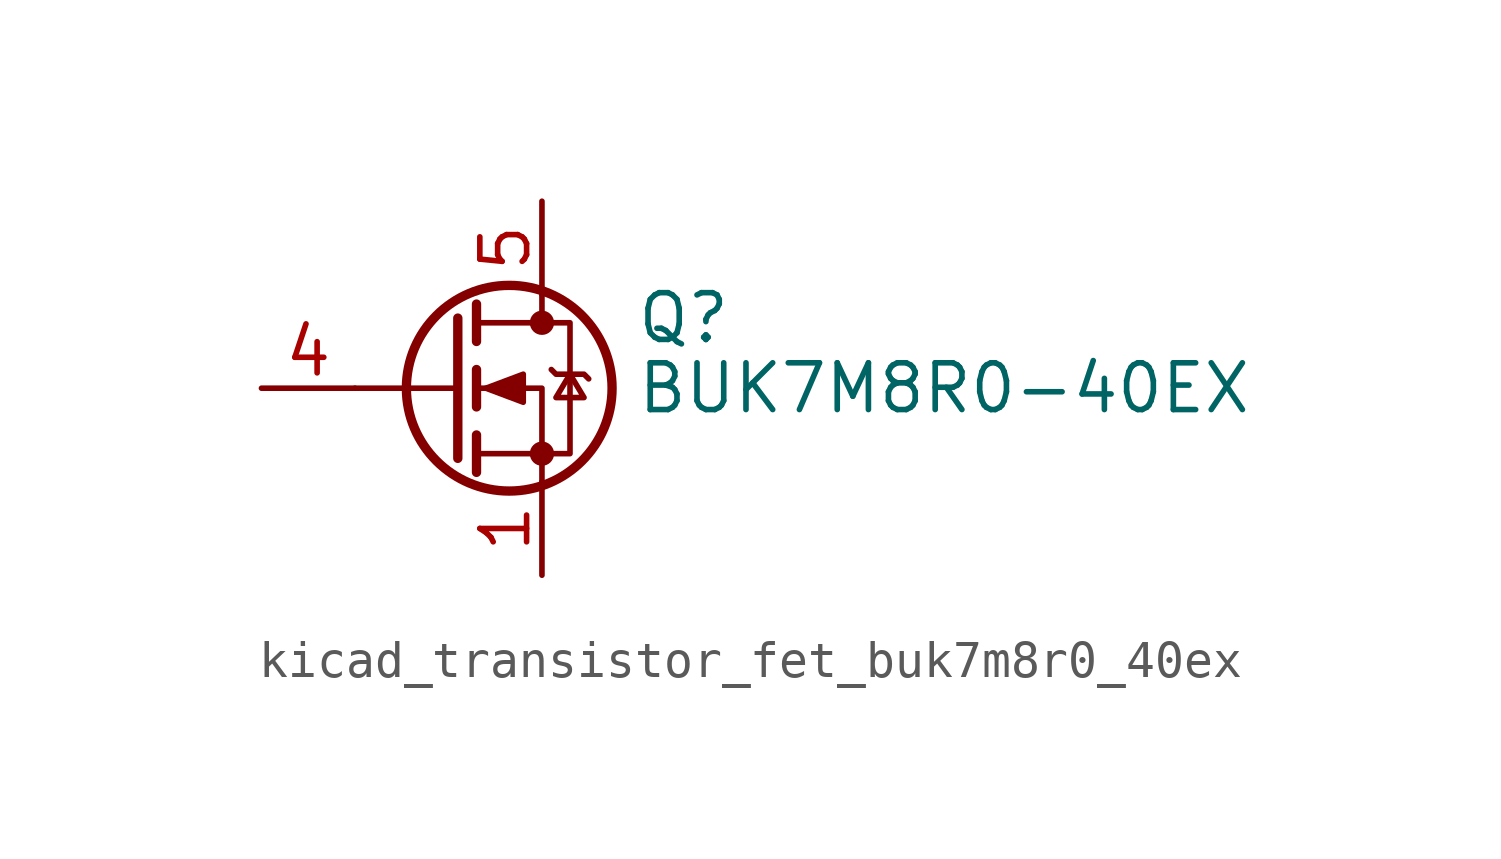
<source format=kicad_sym>
(kicad_symbol_lib
  (version 20220914)
  (generator kicad_symbol_editor)
  (symbol "kicad_transistor_fet_buk7m8r0_40ex"
    (pin_names hide)
    (property "Reference" "Q"
      (at 5.08 1.905 0)
      (effects (font (size 1.27 1.27)) (justify left)))
    (property "Value" "BUK7M8R0-40EX"
      (at 5.08 0 0)
      (effects (font (size 1.27 1.27)) (justify left)))
    (symbol "kicad_transistor_fet_buk7m8r0_40ex_0_1"
      (polyline (pts (xy 0.254 0) (xy -2.54 0)) (stroke (width 0) (type default)) (fill (type none)))
      (polyline (pts (xy 0.254 1.905) (xy 0.254 -1.905)) (stroke (width 0.254) (type default)) (fill (type none)))
      (polyline (pts (xy 0.762 -1.27) (xy 0.762 -2.286)) (stroke (width 0.254) (type default)) (fill (type none)))
      (polyline (pts (xy 0.762 0.508) (xy 0.762 -0.508)) (stroke (width 0.254) (type default)) (fill (type none)))
      (polyline (pts (xy 0.762 2.286) (xy 0.762 1.27)) (stroke (width 0.254) (type default)) (fill (type none)))
      (polyline (pts (xy 2.54 2.54) (xy 2.54 1.778)) (stroke (width 0) (type default)) (fill (type none)))
      (polyline (pts (xy 2.54 -2.54) (xy 2.54 0) (xy 0.762 0)) (stroke (width 0) (type default)) (fill (type none)))
      (polyline (pts (xy 0.762 -1.778) (xy 3.302 -1.778) (xy 3.302 1.778) (xy 0.762 1.778)) (stroke (width 0) (type default)) (fill (type none)))
      (polyline (pts (xy 1.016 0) (xy 2.032 0.381) (xy 2.032 -0.381) (xy 1.016 0)) (stroke (width 0) (type default)) (fill (type outline)))
      (polyline (pts (xy 2.794 0.508) (xy 2.921 0.381) (xy 3.683 0.381) (xy 3.81 0.254)) (stroke (width 0) (type default)) (fill (type none)))
      (polyline (pts (xy 3.302 0.381) (xy 2.921 -0.254) (xy 3.683 -0.254) (xy 3.302 0.381)) (stroke (width 0) (type default)) (fill (type none)))
      (circle (center 1.651 0) (radius 2.794) (stroke (width 0.254) (type default)) (fill (type none)))
      (circle (center 2.54 -1.778) (radius 0.254) (stroke (width 0) (type default)) (fill (type outline)))
      (circle (center 2.54 1.778) (radius 0.254) (stroke (width 0) (type default)) (fill (type outline))))
    (symbol "kicad_transistor_fet_buk7m8r0_40ex_1_1"
      (pin passive line (at 2.54 -5.08 90) (length 2.54) (name "S" (effects (font (size 1.27 1.27)))) (number "1" (effects (font (size 1.27 1.27)))))
      (pin passive line (at 2.54 -5.08 90) (length 2.54) hide (name "S" (effects (font (size 1.27 1.27)))) (number "2" (effects (font (size 1.27 1.27)))))
      (pin passive line (at 2.54 -5.08 90) (length 2.54) hide (name "S" (effects (font (size 1.27 1.27)))) (number "3" (effects (font (size 1.27 1.27)))))
      (pin passive line (at -5.08 0 0) (length 2.54) (name "G" (effects (font (size 1.27 1.27)))) (number "4" (effects (font (size 1.27 1.27)))))
      (pin passive line (at 2.54 5.08 270) (length 2.54) (name "D" (effects (font (size 1.27 1.27)))) (number "5" (effects (font (size 1.27 1.27))))))))
</source>
